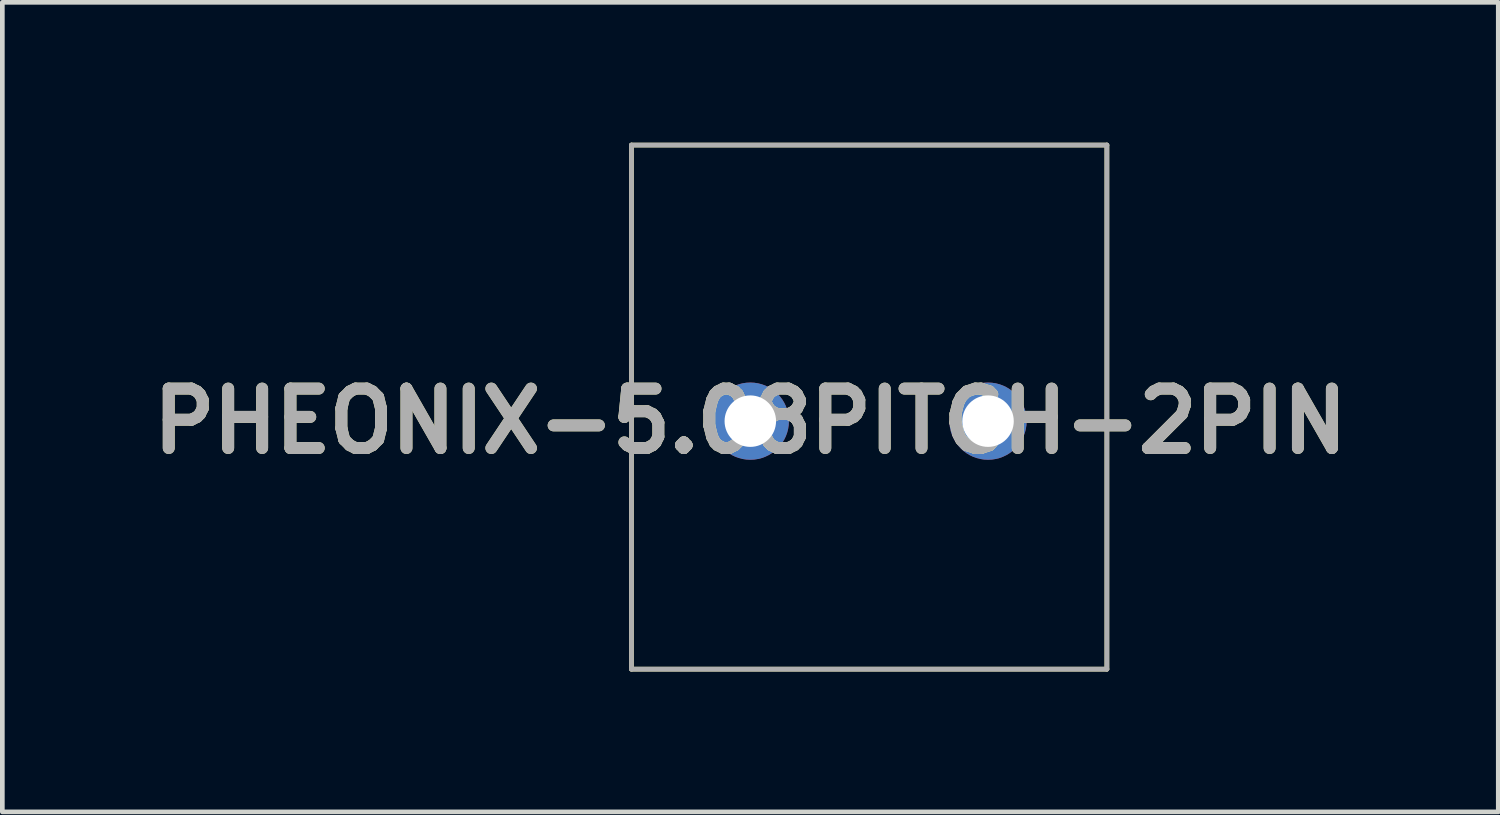
<source format=kicad_pcb>
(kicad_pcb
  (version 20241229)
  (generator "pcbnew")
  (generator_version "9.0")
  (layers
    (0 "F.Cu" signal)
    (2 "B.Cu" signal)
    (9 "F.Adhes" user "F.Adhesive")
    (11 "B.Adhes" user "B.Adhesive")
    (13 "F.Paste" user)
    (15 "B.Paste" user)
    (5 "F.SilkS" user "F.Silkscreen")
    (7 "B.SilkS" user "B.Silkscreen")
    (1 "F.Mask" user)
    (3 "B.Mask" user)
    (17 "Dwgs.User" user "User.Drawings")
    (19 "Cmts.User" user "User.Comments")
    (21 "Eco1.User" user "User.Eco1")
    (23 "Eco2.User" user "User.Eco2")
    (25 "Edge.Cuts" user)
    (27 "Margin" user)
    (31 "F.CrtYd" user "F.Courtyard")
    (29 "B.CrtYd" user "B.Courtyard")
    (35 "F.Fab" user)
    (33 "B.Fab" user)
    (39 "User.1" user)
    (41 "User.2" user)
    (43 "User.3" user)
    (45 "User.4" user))
  (footprint "PHEONIX-5.08PITCH-2PIN"
    (layer "F.Cu")
    (at 12.984 5.95)
    (property "Reference" "PHEONIX-5.08PITCH-2PIN" (at 0 0 0) (layer "F.SilkS") (effects (font (size 1.27 1.27) (thickness 0.254))))
    (attr through_hole)
    (fp_line (start -2.54 -5.9) (end 7.62 -5.9) (stroke (width 0.1) (type solid)) (layer "F.SilkS"))
    (fp_line (start -2.54 5.3) (end -2.54 -5.9) (stroke (width 0.1) (type solid)) (layer "F.SilkS"))
    (fp_line (start 7.62 -5.9) (end 7.62 5.3) (stroke (width 0.1) (type solid)) (layer "F.SilkS"))
    (fp_line (start 7.62 5.3) (end -2.54 5.3) (stroke (width 0.1) (type solid)) (layer "F.SilkS"))
    (fp_line (start -2.54 -5.9) (end 7.62 -5.9) (stroke (width 0.1) (type solid)) (layer "F.Fab"))
    (fp_line (start -2.54 5.3) (end -2.54 -5.9) (stroke (width 0.1) (type solid)) (layer "F.Fab"))
    (fp_line (start 7.62 -5.9) (end 7.62 5.3) (stroke (width 0.1) (type solid)) (layer "F.Fab"))
    (fp_line (start 7.62 5.3) (end -2.54 5.3) (stroke (width 0.1) (type solid)) (layer "F.Fab"))
    (fp_text user "${REFERENCE}" (at 0 0 0) (layer "F.Fab") (effects (font (size 1.27 1.27) (thickness 0.254))))
    (pad "1" thru_hole circle (at 0 0) (size 1.65 1.65) (drill 1.1) (layers "*.Cu" "*.Mask"))
    (pad "2" thru_hole circle (at 5.08 0) (size 1.65 1.65) (drill 1.1) (layers "*.Cu" "*.Mask")))
  (gr_rect
    (start -3 -3)
    (end 28.968 14.3)
    (stroke (width 0.1) (type default))
    (fill no)
    (layer "Edge.Cuts")))
</source>
